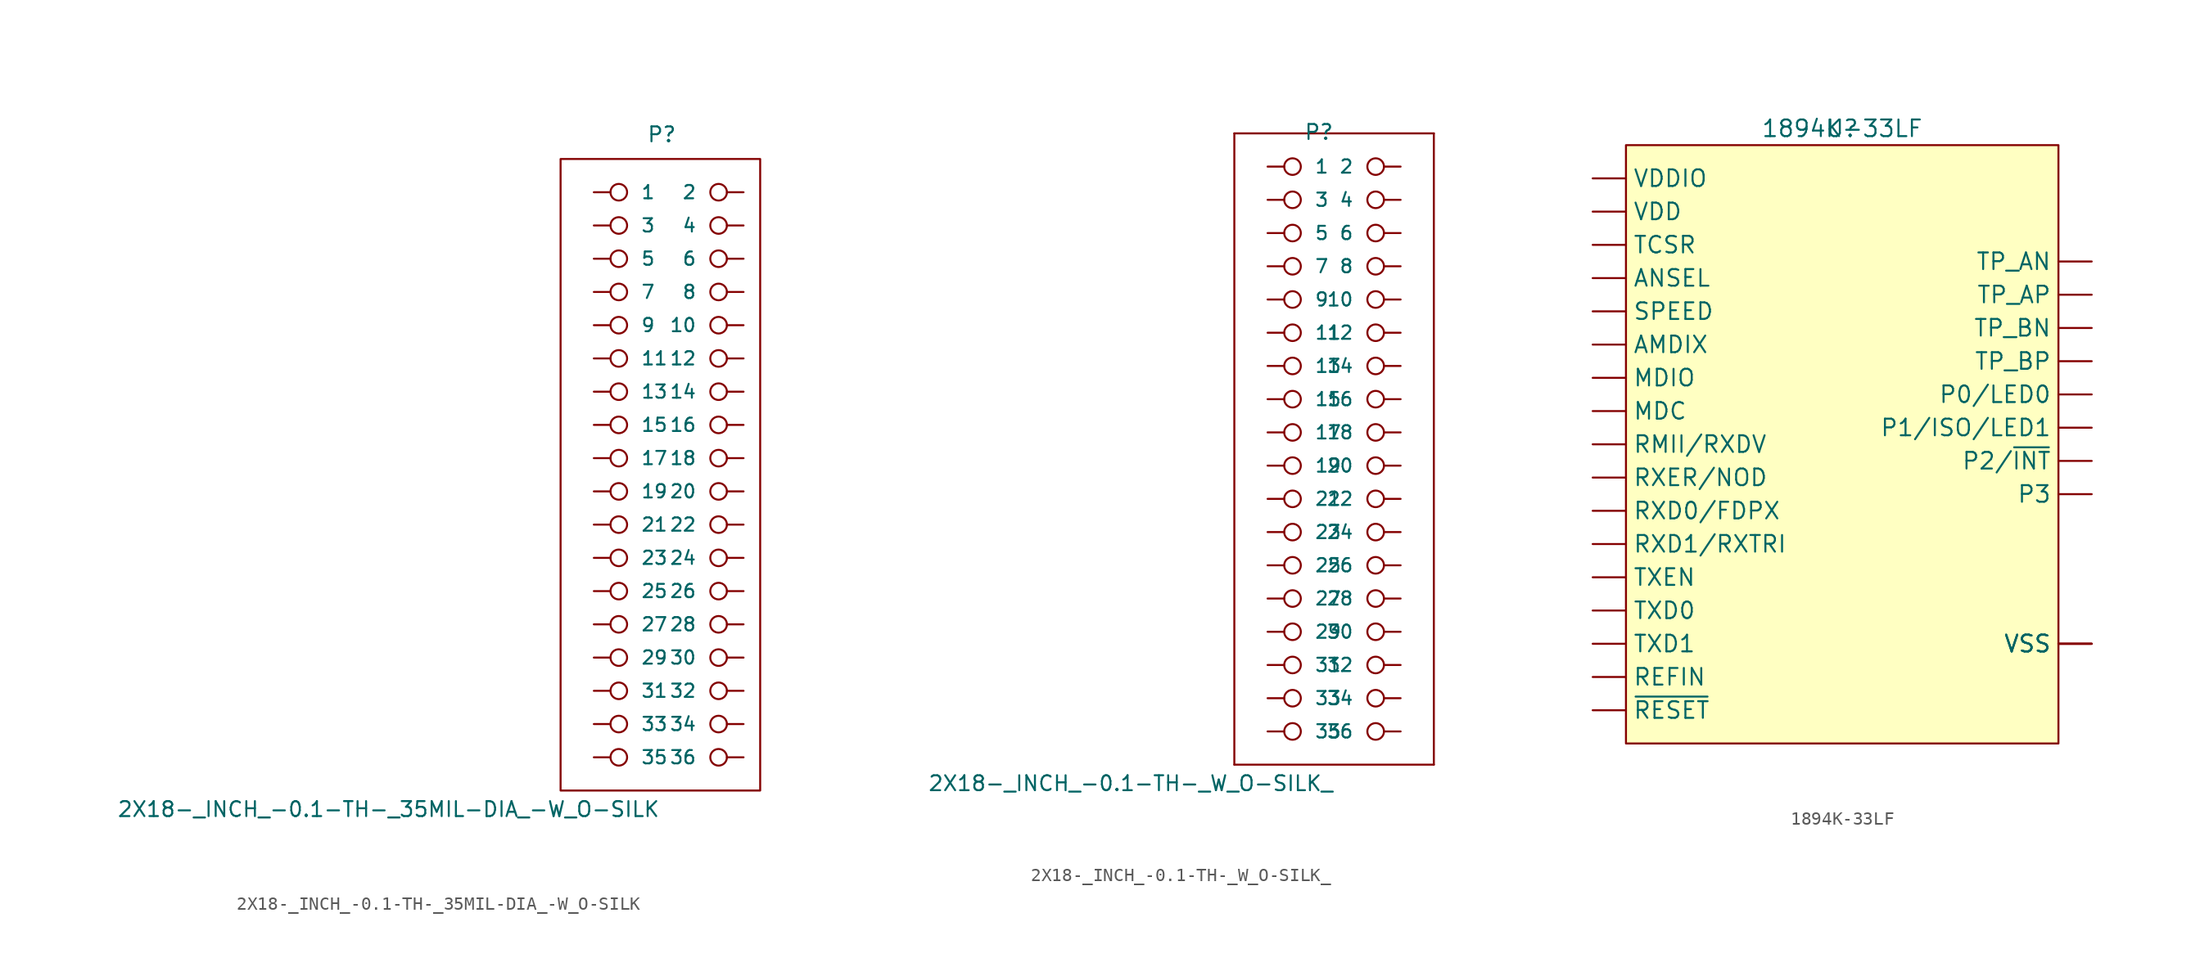
<source format=kicad_sym>
(kicad_symbol_lib
  (version 20211014)
  (generator kicad_symbol_editor)
  (symbol "2X18-_INCH_-0.1-TH-_35MIL-DIA_-W_O-SILK"
    (pin_numbers hide)
    (pin_names
      (offset 1.016))
    (property "Reference" "P"
      (at 1.27 27.94 0)
      (effects (font (size 1.143 1.143)) (justify right top)))
    (property "Value" "2X18-_INCH_-0.1-TH-_35MIL-DIA_-W_O-SILK"
      (at 0 -23.622 0)
      (effects (font (size 1.143 1.143)) (justify right top)))
    (property "ki_locked" ""
      (at 0 0 0)
      (effects (font (size 1.27 1.27))))
    (symbol "2X18-_INCH_-0.1-TH-_35MIL-DIA_-W_O-SILK_0_1"
      (rectangle (start -7.62 25.4) (end 7.62 -22.86) (stroke (width 0) (type default) (color 0 0 0 0)) (fill (type none))))
    (symbol "2X18-_INCH_-0.1-TH-_35MIL-DIA_-W_O-SILK_1_1"
      (pin bidirectional inverted (at -5.08 22.86 0) (length 2.54) (name "1" (effects (font (size 1.016 1.016)))) (number "1" (effects (font (size 1.016 1.016)))))
      (pin bidirectional inverted (at 6.35 12.7 180) (length 2.54) (name "10" (effects (font (size 1.016 1.016)))) (number "10" (effects (font (size 1.016 1.016)))))
      (pin bidirectional inverted (at -5.08 10.16 0) (length 2.54) (name "11" (effects (font (size 1.016 1.016)))) (number "11" (effects (font (size 1.016 1.016)))))
      (pin bidirectional inverted (at 6.35 10.16 180) (length 2.54) (name "12" (effects (font (size 1.016 1.016)))) (number "12" (effects (font (size 1.016 1.016)))))
      (pin bidirectional inverted (at -5.08 7.62 0) (length 2.54) (name "13" (effects (font (size 1.016 1.016)))) (number "13" (effects (font (size 1.016 1.016)))))
      (pin bidirectional inverted (at 6.35 7.62 180) (length 2.54) (name "14" (effects (font (size 1.016 1.016)))) (number "14" (effects (font (size 1.016 1.016)))))
      (pin bidirectional inverted (at -5.08 5.08 0) (length 2.54) (name "15" (effects (font (size 1.016 1.016)))) (number "15" (effects (font (size 1.016 1.016)))))
      (pin bidirectional inverted (at 6.35 5.08 180) (length 2.54) (name "16" (effects (font (size 1.016 1.016)))) (number "16" (effects (font (size 1.016 1.016)))))
      (pin bidirectional inverted (at -5.08 2.54 0) (length 2.54) (name "17" (effects (font (size 1.016 1.016)))) (number "17" (effects (font (size 1.016 1.016)))))
      (pin bidirectional inverted (at 6.35 2.54 180) (length 2.54) (name "18" (effects (font (size 1.016 1.016)))) (number "18" (effects (font (size 1.016 1.016)))))
      (pin bidirectional inverted (at -5.08 0 0) (length 2.54) (name "19" (effects (font (size 1.016 1.016)))) (number "19" (effects (font (size 1.016 1.016)))))
      (pin bidirectional inverted (at 6.35 22.86 180) (length 2.54) (name "2" (effects (font (size 1.016 1.016)))) (number "2" (effects (font (size 1.016 1.016)))))
      (pin bidirectional inverted (at 6.35 0 180) (length 2.54) (name "20" (effects (font (size 1.016 1.016)))) (number "20" (effects (font (size 1.016 1.016)))))
      (pin bidirectional inverted (at -5.08 -2.54 0) (length 2.54) (name "21" (effects (font (size 1.016 1.016)))) (number "21" (effects (font (size 1.016 1.016)))))
      (pin bidirectional inverted (at 6.35 -2.54 180) (length 2.54) (name "22" (effects (font (size 1.016 1.016)))) (number "22" (effects (font (size 1.016 1.016)))))
      (pin bidirectional inverted (at -5.08 -5.08 0) (length 2.54) (name "23" (effects (font (size 1.016 1.016)))) (number "23" (effects (font (size 1.016 1.016)))))
      (pin bidirectional inverted (at 6.35 -5.08 180) (length 2.54) (name "24" (effects (font (size 1.016 1.016)))) (number "24" (effects (font (size 1.016 1.016)))))
      (pin bidirectional inverted (at -5.08 -7.62 0) (length 2.54) (name "25" (effects (font (size 1.016 1.016)))) (number "25" (effects (font (size 1.016 1.016)))))
      (pin bidirectional inverted (at 6.35 -7.62 180) (length 2.54) (name "26" (effects (font (size 1.016 1.016)))) (number "26" (effects (font (size 1.016 1.016)))))
      (pin bidirectional inverted (at -5.08 -10.16 0) (length 2.54) (name "27" (effects (font (size 1.016 1.016)))) (number "27" (effects (font (size 1.016 1.016)))))
      (pin bidirectional inverted (at 6.35 -10.16 180) (length 2.54) (name "28" (effects (font (size 1.016 1.016)))) (number "28" (effects (font (size 1.016 1.016)))))
      (pin bidirectional inverted (at -5.08 -12.7 0) (length 2.54) (name "29" (effects (font (size 1.016 1.016)))) (number "29" (effects (font (size 1.016 1.016)))))
      (pin bidirectional inverted (at -5.08 20.32 0) (length 2.54) (name "3" (effects (font (size 1.016 1.016)))) (number "3" (effects (font (size 1.016 1.016)))))
      (pin bidirectional inverted (at 6.35 -12.7 180) (length 2.54) (name "30" (effects (font (size 1.016 1.016)))) (number "30" (effects (font (size 1.016 1.016)))))
      (pin bidirectional inverted (at -5.08 -15.24 0) (length 2.54) (name "31" (effects (font (size 1.016 1.016)))) (number "31" (effects (font (size 1.016 1.016)))))
      (pin bidirectional inverted (at 6.35 -15.24 180) (length 2.54) (name "32" (effects (font (size 1.016 1.016)))) (number "32" (effects (font (size 1.016 1.016)))))
      (pin bidirectional inverted (at -5.08 -17.78 0) (length 2.54) (name "33" (effects (font (size 1.016 1.016)))) (number "33" (effects (font (size 1.016 1.016)))))
      (pin bidirectional inverted (at 6.35 -17.78 180) (length 2.54) (name "34" (effects (font (size 1.016 1.016)))) (number "34" (effects (font (size 1.016 1.016)))))
      (pin bidirectional inverted (at -5.08 -20.32 0) (length 2.54) (name "35" (effects (font (size 1.016 1.016)))) (number "35" (effects (font (size 1.016 1.016)))))
      (pin bidirectional inverted (at 6.35 -20.32 180) (length 2.54) (name "36" (effects (font (size 1.016 1.016)))) (number "36" (effects (font (size 1.016 1.016)))))
      (pin bidirectional inverted (at 6.35 20.32 180) (length 2.54) (name "4" (effects (font (size 1.016 1.016)))) (number "4" (effects (font (size 1.016 1.016)))))
      (pin bidirectional inverted (at -5.08 17.78 0) (length 2.54) (name "5" (effects (font (size 1.016 1.016)))) (number "5" (effects (font (size 1.016 1.016)))))
      (pin bidirectional inverted (at 6.35 17.78 180) (length 2.54) (name "6" (effects (font (size 1.016 1.016)))) (number "6" (effects (font (size 1.016 1.016)))))
      (pin bidirectional inverted (at -5.08 15.24 0) (length 2.54) (name "7" (effects (font (size 1.016 1.016)))) (number "7" (effects (font (size 1.016 1.016)))))
      (pin bidirectional inverted (at 6.35 15.24 180) (length 2.54) (name "8" (effects (font (size 1.016 1.016)))) (number "8" (effects (font (size 1.016 1.016)))))
      (pin bidirectional inverted (at -5.08 12.7 0) (length 2.54) (name "9" (effects (font (size 1.016 1.016)))) (number "9" (effects (font (size 1.016 1.016)))))))
  (symbol "2X18-_INCH_-0.1-TH-_W_O-SILK_"
    (pin_numbers hide)
    (pin_names
      (offset 1.016))
    (property "Reference" "P"
      (at 0 26.162 0)
      (effects (font (size 1.143 1.143)) (justify right top)))
    (property "Value" "2X18-_INCH_-0.1-TH-_W_O-SILK_"
      (at 0 -23.622 0)
      (effects (font (size 1.143 1.143)) (justify right top)))
    (property "ki_locked" ""
      (at 0 0 0)
      (effects (font (size 1.27 1.27))))
    (symbol "2X18-_INCH_-0.1-TH-_W_O-SILK__1_0"
      (polyline (pts (xy -7.62 -22.86) (xy -7.62 25.4)) (stroke (width 0) (type default) (color 0 0 0 0)) (fill (type none)))
      (polyline (pts (xy -7.62 25.4) (xy 7.62 25.4)) (stroke (width 0) (type default) (color 0 0 0 0)) (fill (type none)))
      (polyline (pts (xy 7.62 -22.86) (xy -7.62 -22.86)) (stroke (width 0) (type default) (color 0 0 0 0)) (fill (type none)))
      (polyline (pts (xy 7.62 25.4) (xy 7.62 -22.86)) (stroke (width 0) (type default) (color 0 0 0 0)) (fill (type none))))
    (symbol "2X18-_INCH_-0.1-TH-_W_O-SILK__1_1"
      (pin bidirectional inverted (at -5.08 22.86 0) (length 2.54) (name "1" (effects (font (size 1.016 1.016)))) (number "1" (effects (font (size 1.016 1.016)))))
      (pin bidirectional inverted (at 5.08 12.7 180) (length 2.54) (name "10" (effects (font (size 1.016 1.016)))) (number "10" (effects (font (size 1.016 1.016)))))
      (pin bidirectional inverted (at -5.08 10.16 0) (length 2.54) (name "11" (effects (font (size 1.016 1.016)))) (number "11" (effects (font (size 1.016 1.016)))))
      (pin bidirectional inverted (at 5.08 10.16 180) (length 2.54) (name "12" (effects (font (size 1.016 1.016)))) (number "12" (effects (font (size 1.016 1.016)))))
      (pin bidirectional inverted (at -5.08 7.62 0) (length 2.54) (name "13" (effects (font (size 1.016 1.016)))) (number "13" (effects (font (size 1.016 1.016)))))
      (pin bidirectional inverted (at 5.08 7.62 180) (length 2.54) (name "14" (effects (font (size 1.016 1.016)))) (number "14" (effects (font (size 1.016 1.016)))))
      (pin bidirectional inverted (at -5.08 5.08 0) (length 2.54) (name "15" (effects (font (size 1.016 1.016)))) (number "15" (effects (font (size 1.016 1.016)))))
      (pin bidirectional inverted (at 5.08 5.08 180) (length 2.54) (name "16" (effects (font (size 1.016 1.016)))) (number "16" (effects (font (size 1.016 1.016)))))
      (pin bidirectional inverted (at -5.08 2.54 0) (length 2.54) (name "17" (effects (font (size 1.016 1.016)))) (number "17" (effects (font (size 1.016 1.016)))))
      (pin bidirectional inverted (at 5.08 2.54 180) (length 2.54) (name "18" (effects (font (size 1.016 1.016)))) (number "18" (effects (font (size 1.016 1.016)))))
      (pin bidirectional inverted (at -5.08 0 0) (length 2.54) (name "19" (effects (font (size 1.016 1.016)))) (number "19" (effects (font (size 1.016 1.016)))))
      (pin bidirectional inverted (at 5.08 22.86 180) (length 2.54) (name "2" (effects (font (size 1.016 1.016)))) (number "2" (effects (font (size 1.016 1.016)))))
      (pin bidirectional inverted (at 5.08 0 180) (length 2.54) (name "20" (effects (font (size 1.016 1.016)))) (number "20" (effects (font (size 1.016 1.016)))))
      (pin bidirectional inverted (at -5.08 -2.54 0) (length 2.54) (name "21" (effects (font (size 1.016 1.016)))) (number "21" (effects (font (size 1.016 1.016)))))
      (pin bidirectional inverted (at 5.08 -2.54 180) (length 2.54) (name "22" (effects (font (size 1.016 1.016)))) (number "22" (effects (font (size 1.016 1.016)))))
      (pin bidirectional inverted (at -5.08 -5.08 0) (length 2.54) (name "23" (effects (font (size 1.016 1.016)))) (number "23" (effects (font (size 1.016 1.016)))))
      (pin bidirectional inverted (at 5.08 -5.08 180) (length 2.54) (name "24" (effects (font (size 1.016 1.016)))) (number "24" (effects (font (size 1.016 1.016)))))
      (pin bidirectional inverted (at -5.08 -7.62 0) (length 2.54) (name "25" (effects (font (size 1.016 1.016)))) (number "25" (effects (font (size 1.016 1.016)))))
      (pin bidirectional inverted (at 5.08 -7.62 180) (length 2.54) (name "26" (effects (font (size 1.016 1.016)))) (number "26" (effects (font (size 1.016 1.016)))))
      (pin bidirectional inverted (at -5.08 -10.16 0) (length 2.54) (name "27" (effects (font (size 1.016 1.016)))) (number "27" (effects (font (size 1.016 1.016)))))
      (pin bidirectional inverted (at 5.08 -10.16 180) (length 2.54) (name "28" (effects (font (size 1.016 1.016)))) (number "28" (effects (font (size 1.016 1.016)))))
      (pin bidirectional inverted (at -5.08 -12.7 0) (length 2.54) (name "29" (effects (font (size 1.016 1.016)))) (number "29" (effects (font (size 1.016 1.016)))))
      (pin bidirectional inverted (at -5.08 20.32 0) (length 2.54) (name "3" (effects (font (size 1.016 1.016)))) (number "3" (effects (font (size 1.016 1.016)))))
      (pin bidirectional inverted (at 5.08 -12.7 180) (length 2.54) (name "30" (effects (font (size 1.016 1.016)))) (number "30" (effects (font (size 1.016 1.016)))))
      (pin bidirectional inverted (at -5.08 -15.24 0) (length 2.54) (name "31" (effects (font (size 1.016 1.016)))) (number "31" (effects (font (size 1.016 1.016)))))
      (pin bidirectional inverted (at 5.08 -15.24 180) (length 2.54) (name "32" (effects (font (size 1.016 1.016)))) (number "32" (effects (font (size 1.016 1.016)))))
      (pin bidirectional inverted (at -5.08 -17.78 0) (length 2.54) (name "33" (effects (font (size 1.016 1.016)))) (number "33" (effects (font (size 1.016 1.016)))))
      (pin bidirectional inverted (at 5.08 -17.78 180) (length 2.54) (name "34" (effects (font (size 1.016 1.016)))) (number "34" (effects (font (size 1.016 1.016)))))
      (pin bidirectional inverted (at -5.08 -20.32 0) (length 2.54) (name "35" (effects (font (size 1.016 1.016)))) (number "35" (effects (font (size 1.016 1.016)))))
      (pin bidirectional inverted (at 5.08 -20.32 180) (length 2.54) (name "36" (effects (font (size 1.016 1.016)))) (number "36" (effects (font (size 1.016 1.016)))))
      (pin bidirectional inverted (at 5.08 20.32 180) (length 2.54) (name "4" (effects (font (size 1.016 1.016)))) (number "4" (effects (font (size 1.016 1.016)))))
      (pin bidirectional inverted (at -5.08 17.78 0) (length 2.54) (name "5" (effects (font (size 1.016 1.016)))) (number "5" (effects (font (size 1.016 1.016)))))
      (pin bidirectional inverted (at 5.08 17.78 180) (length 2.54) (name "6" (effects (font (size 1.016 1.016)))) (number "6" (effects (font (size 1.016 1.016)))))
      (pin bidirectional inverted (at -5.08 15.24 0) (length 2.54) (name "7" (effects (font (size 1.016 1.016)))) (number "7" (effects (font (size 1.016 1.016)))))
      (pin bidirectional inverted (at 5.08 15.24 180) (length 2.54) (name "8" (effects (font (size 1.016 1.016)))) (number "8" (effects (font (size 1.016 1.016)))))
      (pin bidirectional inverted (at -5.08 12.7 0) (length 2.54) (name "9" (effects (font (size 1.016 1.016)))) (number "9" (effects (font (size 1.016 1.016)))))))
  (symbol "1894K-33LF"
    (pin_numbers hide)
    (property "Reference" "U"
      (at 0 0 0)
      (effects (font (size 1.27 1.27))))
    (property "Value" "1894K-33LF"
      (at 0 0 0)
      (effects (font (size 1.27 1.27))))
    (symbol "1894K-33LF_0_0"
      (pin bidirectional line (at 19.05 -12.7 180) (length 2.54) (name "TP_AP" (effects (font (size 1.27 1.27)))) (number "1" (effects (font (size 1.27 1.27)))))
      (pin input line (at -19.05 -44.45 0) (length 2.54) (name "~{RESET}" (effects (font (size 1.27 1.27)))) (number "10" (effects (font (size 1.27 1.27)))))
      (pin bidirectional line (at 19.05 -25.4 180) (length 2.54) (name "P2/~{INT}" (effects (font (size 1.27 1.27)))) (number "11" (effects (font (size 1.27 1.27)))))
      (pin bidirectional line (at -19.05 -19.05 0) (length 2.54) (name "MDIO" (effects (font (size 1.27 1.27)))) (number "12" (effects (font (size 1.27 1.27)))))
      (pin input line (at -19.05 -21.59 0) (length 2.54) (name "MDC" (effects (font (size 1.27 1.27)))) (number "13" (effects (font (size 1.27 1.27)))))
      (pin bidirectional line (at -19.05 -16.51 0) (length 2.54) (name "AMDIX" (effects (font (size 1.27 1.27)))) (number "14" (effects (font (size 1.27 1.27)))))
      (pin bidirectional line (at 19.05 -27.94 180) (length 2.54) (name "P3" (effects (font (size 1.27 1.27)))) (number "15" (effects (font (size 1.27 1.27)))))
      (pin input line (at -19.05 -31.75 0) (length 2.54) (name "RXD1/RXTRI" (effects (font (size 1.27 1.27)))) (number "16" (effects (font (size 1.27 1.27)))))
      (pin input line (at -19.05 -29.21 0) (length 2.54) (name "RXD0/FDPX" (effects (font (size 1.27 1.27)))) (number "17" (effects (font (size 1.27 1.27)))))
      (pin bidirectional line (at -19.05 -24.13 0) (length 2.54) (name "RMII/RXDV" (effects (font (size 1.27 1.27)))) (number "18" (effects (font (size 1.27 1.27)))))
      (pin power_in line (at -19.05 -3.81 0) (length 2.54) (name "VDDIO" (effects (font (size 1.27 1.27)))) (number "19" (effects (font (size 1.27 1.27)))))
      (pin bidirectional line (at 19.05 -10.16 180) (length 2.54) (name "TP_AN" (effects (font (size 1.27 1.27)))) (number "2" (effects (font (size 1.27 1.27)))))
      (pin input line (at -19.05 -11.43 0) (length 2.54) (name "ANSEL" (effects (font (size 1.27 1.27)))) (number "20" (effects (font (size 1.27 1.27)))))
      (pin bidirectional line (at -19.05 -26.67 0) (length 2.54) (name "RXER/NOD" (effects (font (size 1.27 1.27)))) (number "21" (effects (font (size 1.27 1.27)))))
      (pin bidirectional line (at -19.05 -13.97 0) (length 2.54) (name "SPEED" (effects (font (size 1.27 1.27)))) (number "22" (effects (font (size 1.27 1.27)))))
      (pin input line (at -19.05 -34.29 0) (length 2.54) (name "TXEN" (effects (font (size 1.27 1.27)))) (number "23" (effects (font (size 1.27 1.27)))))
      (pin input line (at -19.05 -36.83 0) (length 2.54) (name "TXD0" (effects (font (size 1.27 1.27)))) (number "24" (effects (font (size 1.27 1.27)))))
      (pin power_in line (at -19.05 -6.35 0) (length 2.54) hide (name "VDDD" (effects (font (size 1.27 1.27)))) (number "25" (effects (font (size 1.27 1.27)))))
      (pin input line (at -19.05 -39.37 0) (length 2.54) (name "TXD1" (effects (font (size 1.27 1.27)))) (number "26" (effects (font (size 1.27 1.27)))))
      (pin power_in line (at 19.05 -39.37 180) (length 2.54) (name "VSS" (effects (font (size 1.27 1.27)))) (number "27" (effects (font (size 1.27 1.27)))))
      (pin power_in line (at 19.05 -39.37 180) (length 2.54) (name "VSS" (effects (font (size 1.27 1.27)))) (number "28" (effects (font (size 1.27 1.27)))))
      (pin no_connect line (at -8.89 -25.4 90) (length 2.54) hide (name "NC" (effects (font (size 1.27 1.27)))) (number "29" (effects (font (size 1.27 1.27)))))
      (pin power_in line (at 19.05 -39.37 180) (length 2.54) (name "VSS" (effects (font (size 1.27 1.27)))) (number "3" (effects (font (size 1.27 1.27)))))
      (pin input line (at -19.05 -41.91 0) (length 2.54) (name "REFIN" (effects (font (size 1.27 1.27)))) (number "30" (effects (font (size 1.27 1.27)))))
      (pin bidirectional line (at 19.05 -20.32 180) (length 2.54) (name "P0/LED0" (effects (font (size 1.27 1.27)))) (number "31" (effects (font (size 1.27 1.27)))))
      (pin bidirectional line (at 19.05 -22.86 180) (length 2.54) (name "P1/ISO/LED1" (effects (font (size 1.27 1.27)))) (number "32" (effects (font (size 1.27 1.27)))))
      (pin power_in line (at -19.05 -6.35 0) (length 2.54) (name "VDD" (effects (font (size 1.27 1.27)))) (number "4" (effects (font (size 1.27 1.27)))))
      (pin bidirectional line (at 19.05 -15.24 180) (length 2.54) (name "TP_BN" (effects (font (size 1.27 1.27)))) (number "5" (effects (font (size 1.27 1.27)))))
      (pin bidirectional line (at 19.05 -17.78 180) (length 2.54) (name "TP_BP" (effects (font (size 1.27 1.27)))) (number "6" (effects (font (size 1.27 1.27)))))
      (pin power_in line (at -19.05 -6.35 0) (length 2.54) hide (name "VDD" (effects (font (size 1.27 1.27)))) (number "7" (effects (font (size 1.27 1.27)))))
      (pin input line (at -19.05 -8.89 0) (length 2.54) (name "TCSR" (effects (font (size 1.27 1.27)))) (number "8" (effects (font (size 1.27 1.27)))))
      (pin power_in line (at 19.05 -39.37 180) (length 2.54) hide (name "VSS" (effects (font (size 1.27 1.27)))) (number "9" (effects (font (size 1.27 1.27)))))
      (pin power_in line (at 19.05 -39.37 180) (length 2.54) hide (name "GND" (effects (font (size 1.27 1.27)))) (number "GND" (effects (font (size 1.27 1.27))))))
    (symbol "1894K-33LF_0_1"
      (rectangle (start -16.51 -1.27) (end 16.51 -46.99) (stroke (width 0) (type default) (color 0 0 0 0)) (fill (type background))))))
</source>
